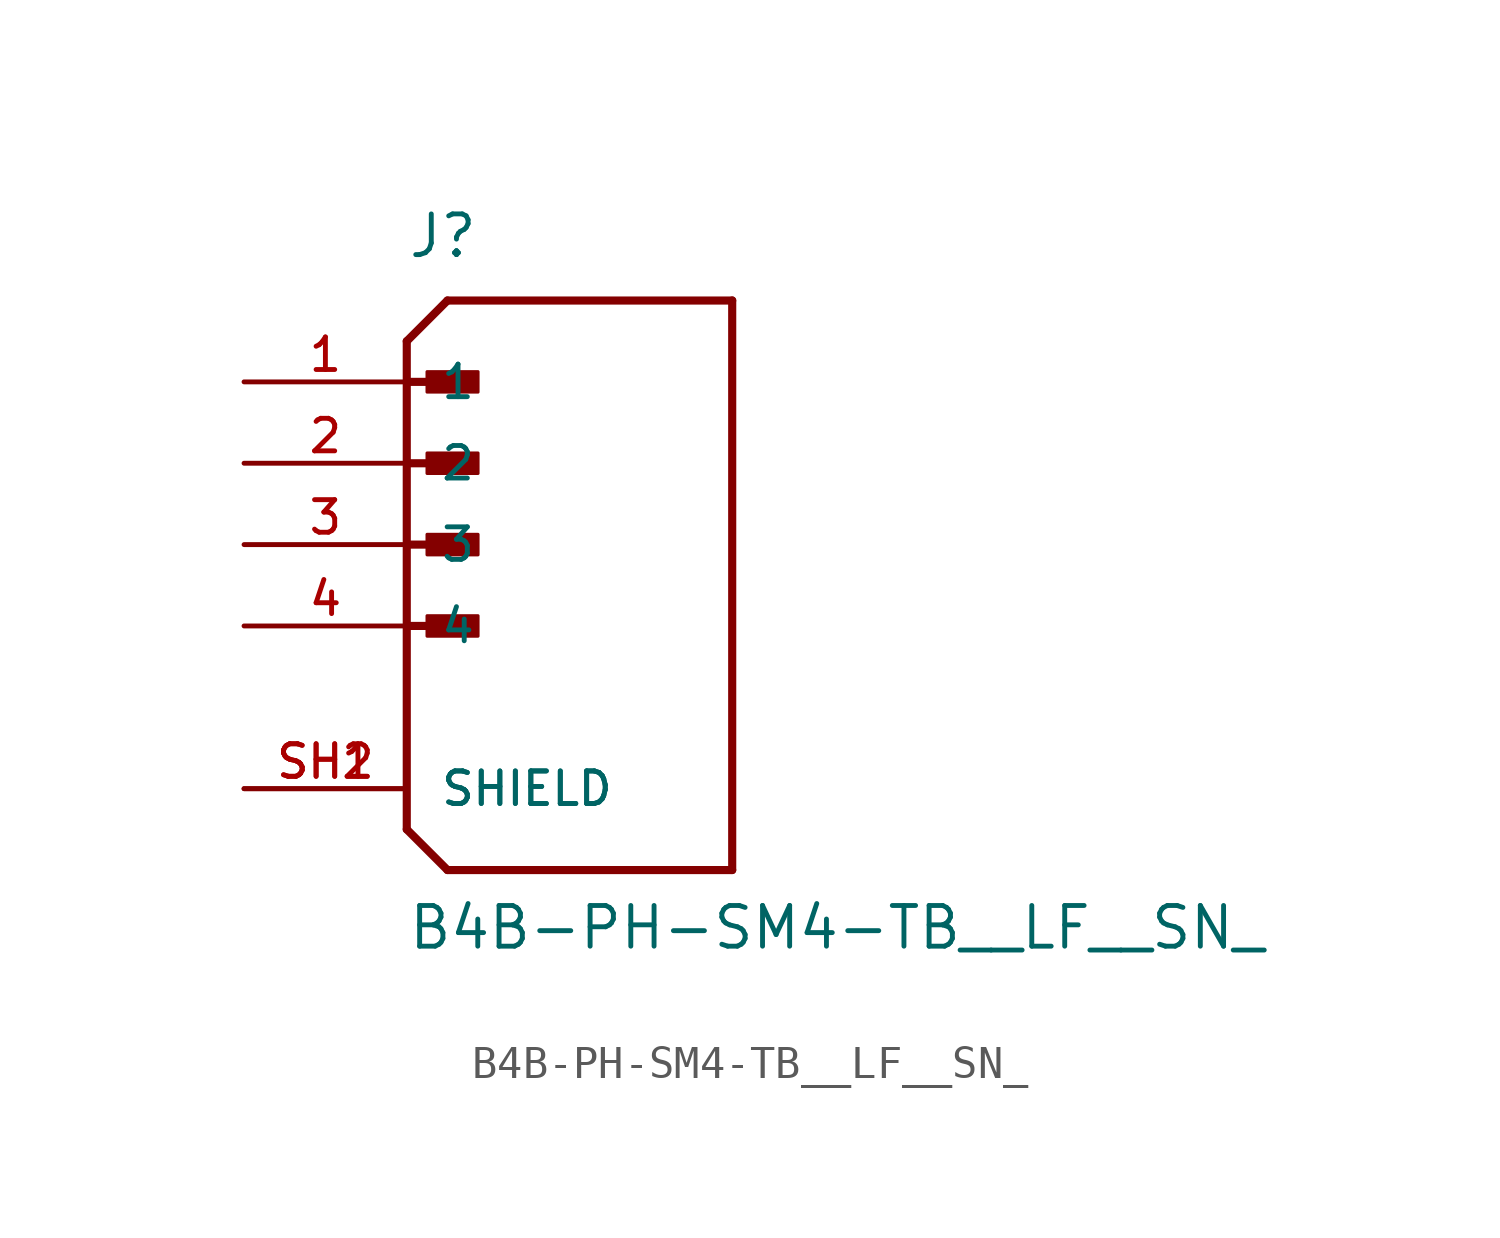
<source format=kicad_sym>
(kicad_symbol_lib
  (version 20211014)
  (generator kicad_symbol_editor)
  (symbol "B4B-PH-SM4-TB__LF__SN_"
    (pin_names
      (offset 1.016))
    (property "Reference" "J"
      (at 0.0 8.89 0)
      (effects (font (size 1.27 1.27)) (justify bottom left)))
    (property "Value" "B4B-PH-SM4-TB__LF__SN_"
      (at 0.0 -12.7 0)
      (effects (font (size 1.27 1.27)) (justify bottom left)))
    (symbol "B4B-PH-SM4-TB__LF__SN__0_0"
      (polyline (pts (xy 0.0 6.35) (xy 1.27 7.62)) (stroke (width 0.254)))
      (polyline (pts (xy 0.0 6.35) (xy 0.0 -8.89)) (stroke (width 0.254)))
      (polyline (pts (xy 0.0 -8.89) (xy 1.27 -10.16)) (stroke (width 0.254)))
      (polyline (pts (xy 1.27 -10.16) (xy 10.16 -10.16)) (stroke (width 0.254)))
      (polyline (pts (xy 10.16 -10.16) (xy 10.16 7.62)) (stroke (width 0.254)))
      (polyline (pts (xy 10.16 7.62) (xy 1.27 7.62)) (stroke (width 0.254)))
      (rectangle (start 0.635 4.763) (end 2.223 5.397) (stroke (width 0.1)) (fill (type outline)))
      (polyline (pts (xy 0.0 2.54) (xy 1.905 2.54)) (stroke (width 0.254)))
      (rectangle (start 0.635 2.223) (end 2.223 2.857) (stroke (width 0.1)) (fill (type outline)))
      (polyline (pts (xy 0.0 0.0) (xy 1.905 0.0)) (stroke (width 0.254)))
      (rectangle (start 0.635 -0.318) (end 2.223 0.318) (stroke (width 0.1)) (fill (type outline)))
      (polyline (pts (xy 0.0 -2.54) (xy 1.905 -2.54)) (stroke (width 0.254)))
      (rectangle (start 0.635 -2.857) (end 2.223 -2.223) (stroke (width 0.1)) (fill (type outline)))
      (polyline (pts (xy 0.0 5.08) (xy 1.905 5.08)) (stroke (width 0.254)))
      (pin passive line (at -5.08 5.08 0) (length 5.08) (name "1" (effects (font (size 1.016 1.016)))) (number "1" (effects (font (size 1.016 1.016)))))
      (pin passive line (at -5.08 2.54 0) (length 5.08) (name "2" (effects (font (size 1.016 1.016)))) (number "2" (effects (font (size 1.016 1.016)))))
      (pin passive line (at -5.08 0.0 0) (length 5.08) (name "3" (effects (font (size 1.016 1.016)))) (number "3" (effects (font (size 1.016 1.016)))))
      (pin passive line (at -5.08 -2.54 0) (length 5.08) (name "4" (effects (font (size 1.016 1.016)))) (number "4" (effects (font (size 1.016 1.016)))))
      (pin passive line (at -5.08 -7.62 0) (length 5.08) (name "SHIELD" (effects (font (size 1.016 1.016)))) (number "SH1" (effects (font (size 1.016 1.016)))))
      (pin passive line (at -5.08 -7.62 0) (length 5.08) (name "SHIELD" (effects (font (size 1.016 1.016)))) (number "SH2" (effects (font (size 1.016 1.016))))))))
</source>
